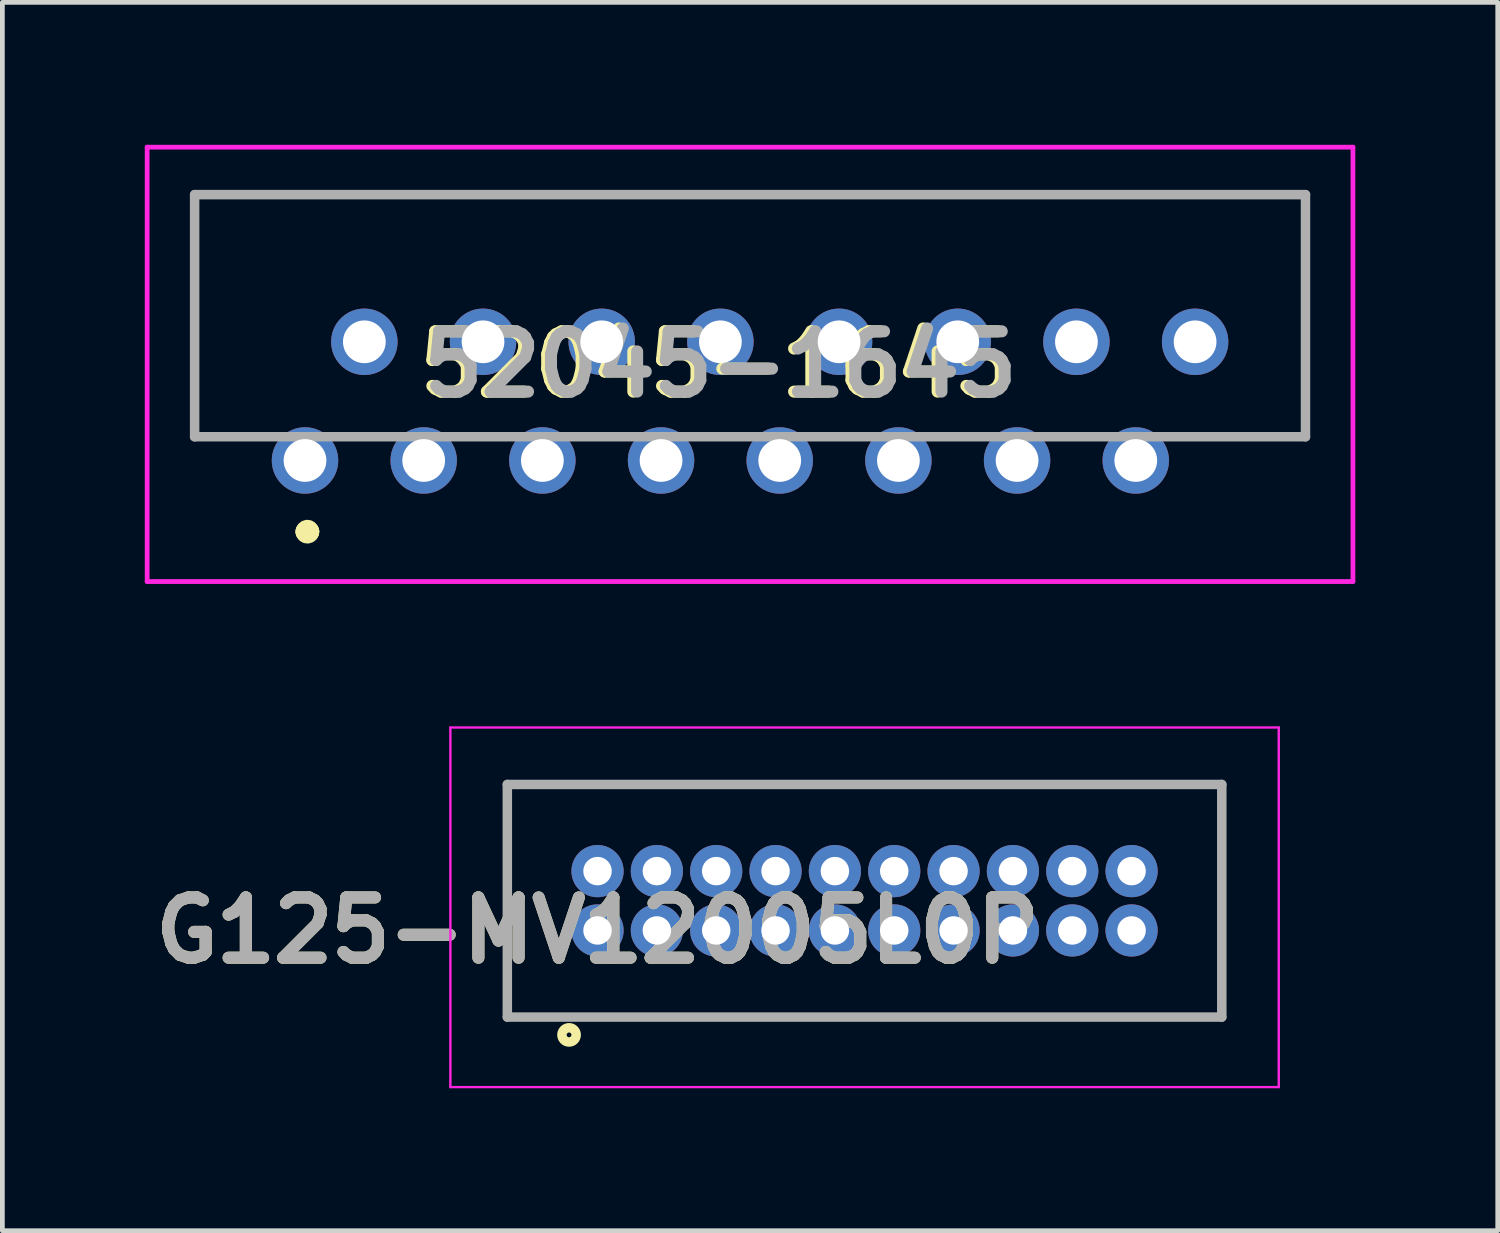
<source format=kicad_pcb>
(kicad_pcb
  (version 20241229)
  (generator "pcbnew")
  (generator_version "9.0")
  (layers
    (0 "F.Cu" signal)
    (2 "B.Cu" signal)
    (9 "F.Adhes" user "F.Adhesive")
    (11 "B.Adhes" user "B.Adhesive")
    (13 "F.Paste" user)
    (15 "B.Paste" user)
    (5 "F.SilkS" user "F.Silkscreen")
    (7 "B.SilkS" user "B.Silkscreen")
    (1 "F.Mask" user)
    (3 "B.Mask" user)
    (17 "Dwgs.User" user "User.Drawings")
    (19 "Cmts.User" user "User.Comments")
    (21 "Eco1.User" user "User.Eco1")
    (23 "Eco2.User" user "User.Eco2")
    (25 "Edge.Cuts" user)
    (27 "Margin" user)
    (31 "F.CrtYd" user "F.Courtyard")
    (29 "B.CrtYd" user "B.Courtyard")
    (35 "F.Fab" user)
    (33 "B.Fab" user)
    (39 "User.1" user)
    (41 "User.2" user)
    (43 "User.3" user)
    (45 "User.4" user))
  (footprint "G125-MV12005L0P"
    (layer "F.Cu")
    (at 9.537 16.55)
    (property "Reference" "G125-MV12005L0P" (at 0 0 0) (layer "F.SilkS") (effects (font (size 1.27 1.27) (thickness 0.254))))
    (attr through_hole)
    (fp_line (start -1.9 -3.075) (end 13.15 -3.075) (stroke (width 0.1) (type solid)) (layer "F.SilkS"))
    (fp_line (start -1.9 1.825) (end -1.9 -3.075) (stroke (width 0.1) (type solid)) (layer "F.SilkS"))
    (fp_line (start 13.15 -3.075) (end 13.15 1.825) (stroke (width 0.1) (type solid)) (layer "F.SilkS"))
    (fp_line (start 13.15 1.825) (end -1.9 1.825) (stroke (width 0.1) (type solid)) (layer "F.SilkS"))
    (fp_circle (center -0.6 2.2) (end -0.6 2.25) (stroke (width 0.2) (type solid)) (fill no) (layer "F.SilkS"))
    (fp_line (start -3.1 -4.275) (end 14.35 -4.275) (stroke (width 0.05) (type solid)) (layer "F.CrtYd"))
    (fp_line (start -3.1 3.3) (end -3.1 -4.275) (stroke (width 0.05) (type solid)) (layer "F.CrtYd"))
    (fp_line (start 14.35 -4.275) (end 14.35 3.3) (stroke (width 0.05) (type solid)) (layer "F.CrtYd"))
    (fp_line (start 14.35 3.3) (end -3.1 3.3) (stroke (width 0.05) (type solid)) (layer "F.CrtYd"))
    (fp_line (start -1.9 -3.075) (end 13.15 -3.075) (stroke (width 0.2) (type solid)) (layer "F.Fab"))
    (fp_line (start -1.9 1.825) (end -1.9 -3.075) (stroke (width 0.2) (type solid)) (layer "F.Fab"))
    (fp_line (start 13.15 -3.075) (end 13.15 1.825) (stroke (width 0.2) (type solid)) (layer "F.Fab"))
    (fp_line (start 13.15 1.825) (end -1.9 1.825) (stroke (width 0.2) (type solid)) (layer "F.Fab"))
    (fp_text user "${REFERENCE}" (at 0 0 0) (layer "F.Fab") (effects (font (size 1.27 1.27) (thickness 0.254))))
    (pad "1" thru_hole circle (at 0 0) (size 1.1 1.1) (drill 0.6) (layers "*.Cu" "*.Mask"))
    (pad "2" thru_hole circle (at 1.25 0) (size 1.1 1.1) (drill 0.6) (layers "*.Cu" "*.Mask"))
    (pad "3" thru_hole circle (at 2.5 0) (size 1.1 1.1) (drill 0.6) (layers "*.Cu" "*.Mask"))
    (pad "4" thru_hole circle (at 3.75 0) (size 1.1 1.1) (drill 0.6) (layers "*.Cu" "*.Mask"))
    (pad "5" thru_hole circle (at 5 0) (size 1.1 1.1) (drill 0.6) (layers "*.Cu" "*.Mask"))
    (pad "6" thru_hole circle (at 6.25 0) (size 1.1 1.1) (drill 0.6) (layers "*.Cu" "*.Mask"))
    (pad "7" thru_hole circle (at 7.5 0) (size 1.1 1.1) (drill 0.6) (layers "*.Cu" "*.Mask"))
    (pad "8" thru_hole circle (at 8.75 0) (size 1.1 1.1) (drill 0.6) (layers "*.Cu" "*.Mask"))
    (pad "9" thru_hole circle (at 10 0) (size 1.1 1.1) (drill 0.6) (layers "*.Cu" "*.Mask"))
    (pad "10" thru_hole circle (at 11.25 0) (size 1.1 1.1) (drill 0.6) (layers "*.Cu" "*.Mask"))
    (pad "11" thru_hole circle (at 0 -1.25) (size 1.1 1.1) (drill 0.6) (layers "*.Cu" "*.Mask"))
    (pad "12" thru_hole circle (at 1.25 -1.25) (size 1.1 1.1) (drill 0.6) (layers "*.Cu" "*.Mask"))
    (pad "13" thru_hole circle (at 2.5 -1.25) (size 1.1 1.1) (drill 0.6) (layers "*.Cu" "*.Mask"))
    (pad "14" thru_hole circle (at 3.75 -1.25) (size 1.1 1.1) (drill 0.6) (layers "*.Cu" "*.Mask"))
    (pad "15" thru_hole circle (at 5 -1.25) (size 1.1 1.1) (drill 0.6) (layers "*.Cu" "*.Mask"))
    (pad "16" thru_hole circle (at 6.25 -1.25) (size 1.1 1.1) (drill 0.6) (layers "*.Cu" "*.Mask"))
    (pad "17" thru_hole circle (at 7.5 -1.25) (size 1.1 1.1) (drill 0.6) (layers "*.Cu" "*.Mask"))
    (pad "18" thru_hole circle (at 8.75 -1.25) (size 1.1 1.1) (drill 0.6) (layers "*.Cu" "*.Mask"))
    (pad "19" thru_hole circle (at 10 -1.25) (size 1.1 1.1) (drill 0.6) (layers "*.Cu" "*.Mask"))
    (pad "20" thru_hole circle (at 11.25 -1.25) (size 1.1 1.1) (drill 0.6) (layers "*.Cu" "*.Mask")))
  (footprint "52045-1645"
    (layer "F.Cu")
    (at 3.295 6.65)
    (property "Reference" "52045-1645" (at 8.75 -2.025 0) (layer "F.SilkS") (effects (font (size 1.27 1.27) (thickness 0.254))))
    (attr through_hole)
    (fp_line (start -2.245 -5.6) (end 21.155 -5.6) (stroke (width 0.1) (type solid)) (layer "F.SilkS"))
    (fp_line (start -2.245 -0.5) (end -2.245 -5.6) (stroke (width 0.1) (type solid)) (layer "F.SilkS"))
    (fp_line (start -0.92 -0.5) (end -2.245 -0.5) (stroke (width 0.1) (type solid)) (layer "F.SilkS"))
    (fp_line (start 0.08 1.5) (end 0.08 1.5) (stroke (width 0.4) (type solid)) (layer "F.SilkS"))
    (fp_line (start 0.18 1.5) (end 0.18 1.5) (stroke (width 0.4) (type solid)) (layer "F.SilkS"))
    (fp_line (start 21.155 -5.6) (end 21.155 -0.5) (stroke (width 0.1) (type solid)) (layer "F.SilkS"))
    (fp_line (start 21.155 -0.5) (end 19.83 -0.5) (stroke (width 0.1) (type solid)) (layer "F.SilkS"))
    (fp_arc (start 0.08 1.5) (mid 0.13 1.45) (end 0.18 1.5) (stroke (width 0.4) (type solid)) (layer "F.SilkS"))
    (fp_arc (start 0.18 1.5) (mid 0.13 1.55) (end 0.08 1.5) (stroke (width 0.4) (type solid)) (layer "F.SilkS"))
    (fp_line (start -3.245 -6.6) (end 22.155 -6.6) (stroke (width 0.1) (type solid)) (layer "F.CrtYd"))
    (fp_line (start -3.245 2.55) (end -3.245 -6.6) (stroke (width 0.1) (type solid)) (layer "F.CrtYd"))
    (fp_line (start 22.155 -6.6) (end 22.155 2.55) (stroke (width 0.1) (type solid)) (layer "F.CrtYd"))
    (fp_line (start 22.155 2.55) (end -3.245 2.55) (stroke (width 0.1) (type solid)) (layer "F.CrtYd"))
    (fp_line (start -2.245 -5.6) (end 21.155 -5.6) (stroke (width 0.2) (type solid)) (layer "F.Fab"))
    (fp_line (start -2.245 -0.5) (end -2.245 -5.6) (stroke (width 0.2) (type solid)) (layer "F.Fab"))
    (fp_line (start 21.155 -5.6) (end 21.155 -0.5) (stroke (width 0.2) (type solid)) (layer "F.Fab"))
    (fp_line (start 21.155 -0.5) (end -2.245 -0.5) (stroke (width 0.2) (type solid)) (layer "F.Fab"))
    (fp_text user "${REFERENCE}" (at 8.83 -2.025 0) (layer "F.Fab") (effects (font (size 1.27 1.27) (thickness 0.254))))
    (pad "1" thru_hole circle (at 0.08 0) (size 1.4 1.4) (drill 0.9) (layers "*.Cu" "*.Mask"))
    (pad "2" thru_hole circle (at 1.33 -2.5) (size 1.4 1.4) (drill 0.9) (layers "*.Cu" "*.Mask"))
    (pad "3" thru_hole circle (at 2.58 0) (size 1.4 1.4) (drill 0.9) (layers "*.Cu" "*.Mask"))
    (pad "4" thru_hole circle (at 3.83 -2.5) (size 1.4 1.4) (drill 0.9) (layers "*.Cu" "*.Mask"))
    (pad "5" thru_hole circle (at 5.08 0) (size 1.4 1.4) (drill 0.9) (layers "*.Cu" "*.Mask"))
    (pad "6" thru_hole circle (at 6.33 -2.5) (size 1.4 1.4) (drill 0.9) (layers "*.Cu" "*.Mask"))
    (pad "7" thru_hole circle (at 7.58 0) (size 1.4 1.4) (drill 0.9) (layers "*.Cu" "*.Mask"))
    (pad "8" thru_hole circle (at 8.83 -2.5) (size 1.4 1.4) (drill 0.9) (layers "*.Cu" "*.Mask"))
    (pad "9" thru_hole circle (at 10.08 0) (size 1.4 1.4) (drill 0.9) (layers "*.Cu" "*.Mask"))
    (pad "10" thru_hole circle (at 11.33 -2.5) (size 1.4 1.4) (drill 0.9) (layers "*.Cu" "*.Mask"))
    (pad "11" thru_hole circle (at 12.58 0) (size 1.4 1.4) (drill 0.9) (layers "*.Cu" "*.Mask"))
    (pad "12" thru_hole circle (at 13.83 -2.5) (size 1.4 1.4) (drill 0.9) (layers "*.Cu" "*.Mask"))
    (pad "13" thru_hole circle (at 15.08 0) (size 1.4 1.4) (drill 0.9) (layers "*.Cu" "*.Mask"))
    (pad "14" thru_hole circle (at 16.33 -2.5) (size 1.4 1.4) (drill 0.9) (layers "*.Cu" "*.Mask"))
    (pad "15" thru_hole circle (at 17.58 0) (size 1.4 1.4) (drill 0.9) (layers "*.Cu" "*.Mask"))
    (pad "16" thru_hole circle (at 18.83 -2.5) (size 1.4 1.4) (drill 0.9) (layers "*.Cu" "*.Mask")))
  (gr_rect
    (start -3 -3)
    (end 28.5 22.875)
    (stroke (width 0.1) (type default))
    (fill no)
    (layer "Edge.Cuts")))
</source>
